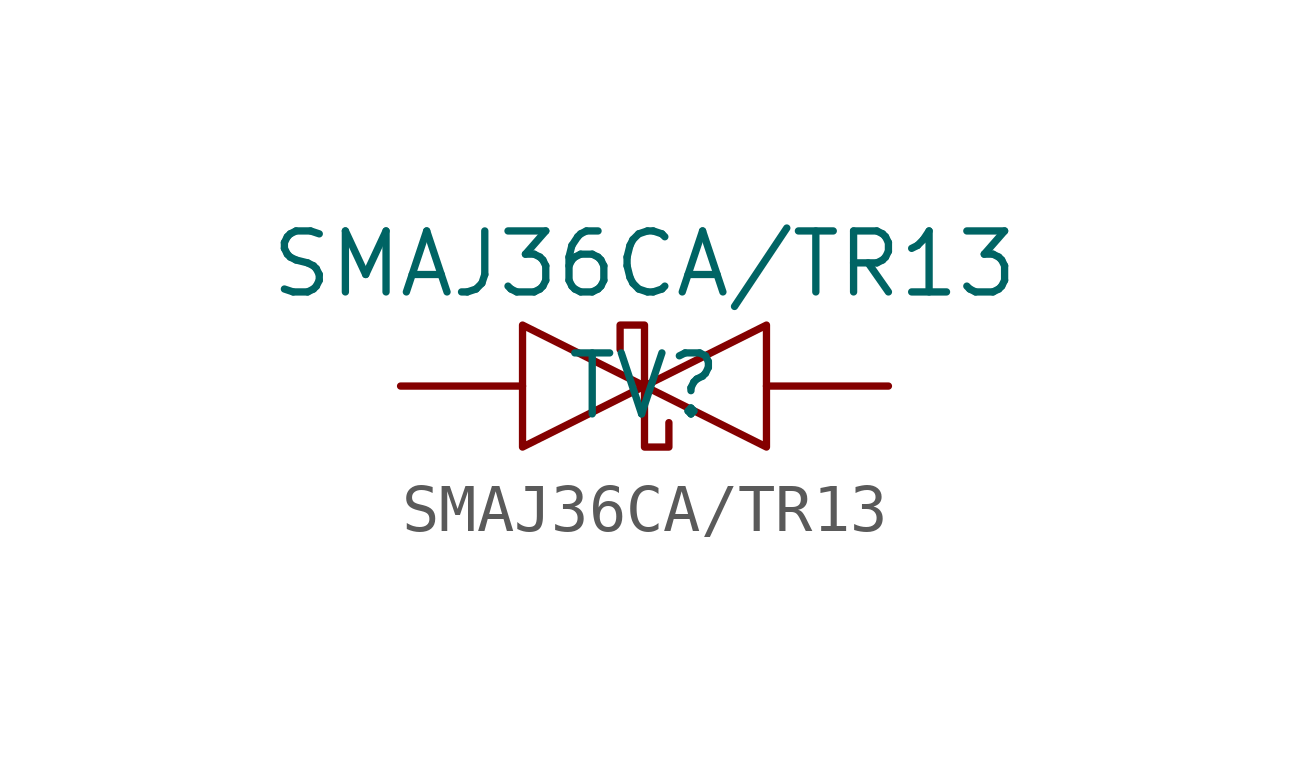
<source format=kicad_sym>
(kicad_symbol_lib
  (version 20220914)
  (generator kicad_symbol_editor)
  (symbol "SMAJ36CA/TR13"
    (pin_numbers hide)
    (pin_names
      (offset 1.016) hide)
    (property "Reference" "TV"
      (at 0 0 0)
      (effects (font (size 1.27 1.27))))
    (property "Value" "SMAJ36CA{slash}TR13"
      (at 0 2.54 0)
      (effects (font (size 1.27 1.27))))
    (symbol "SMAJ36CA/TR13_1_1"
      (polyline (pts (xy -2.54 -1.27) (xy 0 0) (xy 0 0) (xy -2.54 1.27) (xy -2.54 1.27) (xy -2.54 -1.27)) (stroke (width 0) (type default)) (fill (type none)))
      (polyline (pts (xy 2.54 1.27) (xy 0 0) (xy 0 0) (xy 2.54 -1.27) (xy 2.54 -1.27) (xy 2.54 1.27)) (stroke (width 0) (type default)) (fill (type none)))
      (polyline (pts (xy -0.508 0.762) (xy -0.508 1.27) (xy -0.508 1.27) (xy 0 1.27) (xy 0 1.27) (xy 0 -1.27) (xy 0 -1.27) (xy 0.508 -1.27) (xy 0.508 -1.27) (xy 0.508 -0.762)) (stroke (width 0) (type default)) (fill (type none)))
      (pin passive line (at -5.08 0 0) (length 2.54) (name "K" (effects (font (size 1.27 1.27)))) (number "1" (effects (font (size 1.27 1.27)))))
      (pin passive line (at 5.08 0 180) (length 2.54) (name "A" (effects (font (size 1.27 1.27)))) (number "2" (effects (font (size 1.27 1.27))))))))
</source>
